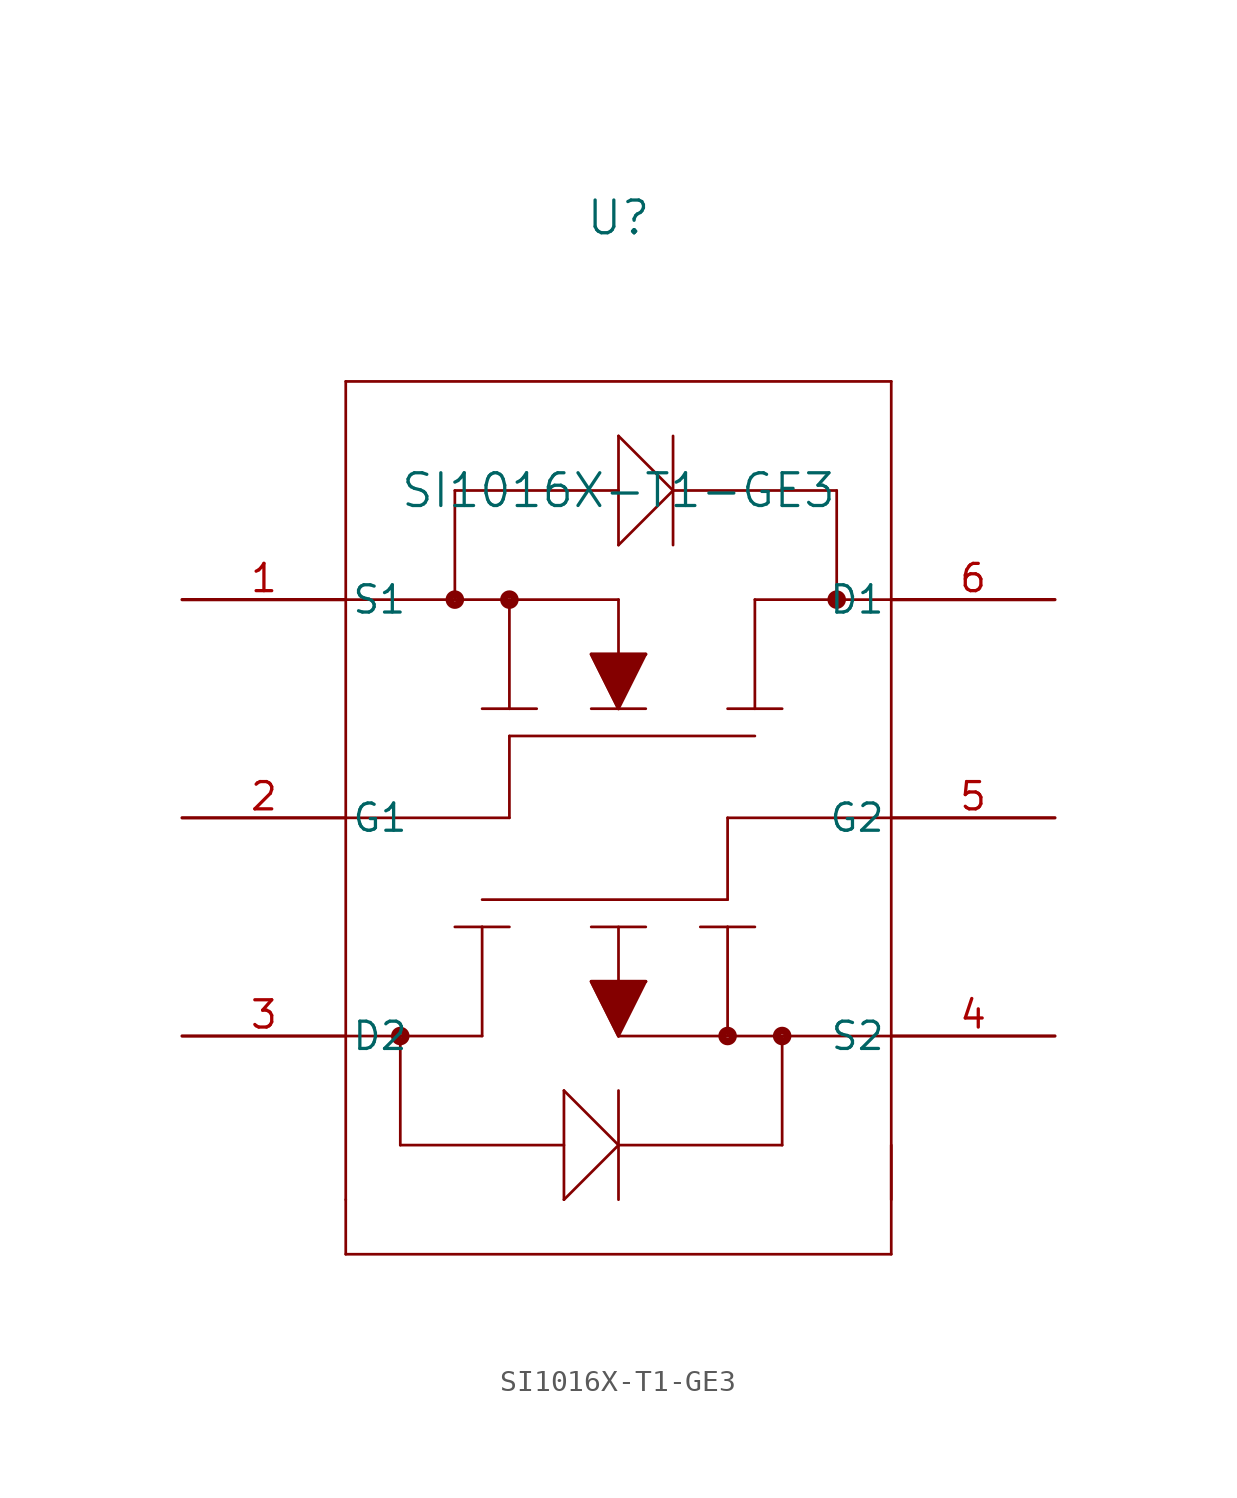
<source format=kicad_sym>
(kicad_symbol_lib
  (version 20231120)
  (generator "kicad_symbol_editor")
  (generator_version "8.0")
  (symbol "SI1016X-T1-GE3"
    (pin_names
      (offset 0.254))
    (property "Reference" "U"
      (at 20.32 17.78 0)
      (effects (font (size 1.524 1.524))))
    (property "Value" "SI1016X-T1-GE3"
      (at 20.32 5.08 0)
      (effects (font (size 1.524 1.524))))
    (property "ki_locked" ""
      (at 0 0 0)
      (effects (font (size 1.27 1.27))))
    (symbol "SI1016X-T1-GE3_0_1"
      (polyline (pts (xy 7.62 -30.48) (xy 7.62 -27.94)) (stroke (width 0.127) (type default)) (fill (type none)))
      (polyline (pts (xy 7.62 -20.32) (xy 10.16 -20.32)) (stroke (width 0.127) (type default)) (fill (type none)))
      (polyline (pts (xy 7.62 -10.16) (xy 15.24 -10.16)) (stroke (width 0.127) (type default)) (fill (type none)))
      (polyline (pts (xy 7.62 0) (xy 20.32 0)) (stroke (width 0.127) (type default)) (fill (type none)))
      (polyline (pts (xy 7.62 10.16) (xy 7.62 -27.94)) (stroke (width 0.127) (type default)) (fill (type none)))
      (polyline (pts (xy 7.62 10.16) (xy 33.02 10.16)) (stroke (width 0.127) (type default)) (fill (type none)))
      (polyline (pts (xy 10.16 -25.4) (xy 10.16 -20.32)) (stroke (width 0.127) (type default)) (fill (type none)))
      (polyline (pts (xy 10.16 -20.32) (xy 13.97 -20.32)) (stroke (width 0.127) (type default)) (fill (type none)))
      (polyline (pts (xy 12.7 0) (xy 12.7 5.08)) (stroke (width 0.127) (type default)) (fill (type none)))
      (polyline (pts (xy 12.7 5.08) (xy 20.32 5.08)) (stroke (width 0.127) (type default)) (fill (type none)))
      (polyline (pts (xy 13.97 -20.32) (xy 13.97 -15.24)) (stroke (width 0.127) (type default)) (fill (type none)))
      (polyline (pts (xy 13.97 -15.24) (xy 12.7 -15.24)) (stroke (width 0.127) (type default)) (fill (type none)))
      (polyline (pts (xy 13.97 -15.24) (xy 15.24 -15.24)) (stroke (width 0.127) (type default)) (fill (type none)))
      (polyline (pts (xy 15.24 -10.16) (xy 15.24 -6.35)) (stroke (width 0.127) (type default)) (fill (type none)))
      (polyline (pts (xy 15.24 -6.35) (xy 26.67 -6.35)) (stroke (width 0.127) (type default)) (fill (type none)))
      (polyline (pts (xy 15.24 -5.08) (xy 13.97 -5.08)) (stroke (width 0.127) (type default)) (fill (type none)))
      (polyline (pts (xy 15.24 -5.08) (xy 16.51 -5.08)) (stroke (width 0.127) (type default)) (fill (type none)))
      (polyline (pts (xy 15.24 0) (xy 15.24 -5.08)) (stroke (width 0.127) (type default)) (fill (type none)))
      (polyline (pts (xy 17.78 -27.94) (xy 20.32 -25.4)) (stroke (width 0.127) (type default)) (fill (type none)))
      (polyline (pts (xy 17.78 -25.4) (xy 10.16 -25.4)) (stroke (width 0.127) (type default)) (fill (type none)))
      (polyline (pts (xy 17.78 -22.86) (xy 17.78 -27.94)) (stroke (width 0.127) (type default)) (fill (type none)))
      (polyline (pts (xy 17.78 -22.86) (xy 20.32 -25.4)) (stroke (width 0.127) (type default)) (fill (type none)))
      (polyline (pts (xy 19.05 -17.78) (xy 21.59 -17.78)) (stroke (width 0.127) (type default)) (fill (type none)))
      (polyline (pts (xy 19.05 -5.08) (xy 21.59 -5.08)) (stroke (width 0.127) (type default)) (fill (type none)))
      (polyline (pts (xy 19.05 -2.54) (xy 21.59 -2.54)) (stroke (width 0.127) (type default)) (fill (type none)))
      (polyline (pts (xy 20.32 -22.86) (xy 20.32 -27.94)) (stroke (width 0.127) (type default)) (fill (type none)))
      (polyline (pts (xy 20.32 -20.32) (xy 19.05 -17.78)) (stroke (width 0.127) (type default)) (fill (type none)))
      (polyline (pts (xy 20.32 -20.32) (xy 21.59 -17.78)) (stroke (width 0.127) (type default)) (fill (type none)))
      (polyline (pts (xy 20.32 -15.24) (xy 20.32 -20.32)) (stroke (width 0.127) (type default)) (fill (type none)))
      (polyline (pts (xy 20.32 -5.08) (xy 19.05 -2.54)) (stroke (width 0.127) (type default)) (fill (type none)))
      (polyline (pts (xy 20.32 -5.08) (xy 21.59 -2.54)) (stroke (width 0.127) (type default)) (fill (type none)))
      (polyline (pts (xy 20.32 0) (xy 20.32 -5.08)) (stroke (width 0.127) (type default)) (fill (type none)))
      (polyline (pts (xy 20.32 2.54) (xy 20.32 7.62)) (stroke (width 0.127) (type default)) (fill (type none)))
      (polyline (pts (xy 20.32 2.54) (xy 22.86 5.08)) (stroke (width 0.127) (type default)) (fill (type none)))
      (polyline (pts (xy 20.32 7.62) (xy 22.86 5.08)) (stroke (width 0.127) (type default)) (fill (type none)))
      (polyline (pts (xy 21.59 -15.24) (xy 19.05 -15.24)) (stroke (width 0.127) (type default)) (fill (type none)))
      (polyline (pts (xy 22.86 2.54) (xy 22.86 7.62)) (stroke (width 0.127) (type default)) (fill (type none)))
      (polyline (pts (xy 22.86 5.08) (xy 30.48 5.08)) (stroke (width 0.127) (type default)) (fill (type none)))
      (polyline (pts (xy 25.4 -20.32) (xy 25.4 -15.24)) (stroke (width 0.127) (type default)) (fill (type none)))
      (polyline (pts (xy 25.4 -15.24) (xy 24.13 -15.24)) (stroke (width 0.127) (type default)) (fill (type none)))
      (polyline (pts (xy 25.4 -15.24) (xy 26.67 -15.24)) (stroke (width 0.127) (type default)) (fill (type none)))
      (polyline (pts (xy 25.4 -13.97) (xy 13.97 -13.97)) (stroke (width 0.127) (type default)) (fill (type none)))
      (polyline (pts (xy 25.4 -10.16) (xy 25.4 -13.97)) (stroke (width 0.127) (type default)) (fill (type none)))
      (polyline (pts (xy 26.67 -5.08) (xy 25.4 -5.08)) (stroke (width 0.127) (type default)) (fill (type none)))
      (polyline (pts (xy 26.67 -5.08) (xy 27.94 -5.08)) (stroke (width 0.127) (type default)) (fill (type none)))
      (polyline (pts (xy 26.67 0) (xy 26.67 -5.08)) (stroke (width 0.127) (type default)) (fill (type none)))
      (polyline (pts (xy 27.94 -25.4) (xy 20.32 -25.4)) (stroke (width 0.127) (type default)) (fill (type none)))
      (polyline (pts (xy 27.94 -20.32) (xy 27.94 -25.4)) (stroke (width 0.127) (type default)) (fill (type none)))
      (polyline (pts (xy 30.48 0) (xy 26.67 0)) (stroke (width 0.127) (type default)) (fill (type none)))
      (polyline (pts (xy 30.48 0) (xy 33.02 0)) (stroke (width 0.127) (type default)) (fill (type none)))
      (polyline (pts (xy 30.48 5.08) (xy 30.48 0)) (stroke (width 0.127) (type default)) (fill (type none)))
      (polyline (pts (xy 33.02 -30.48) (xy 7.62 -30.48)) (stroke (width 0.127) (type default)) (fill (type none)))
      (polyline (pts (xy 33.02 -30.48) (xy 33.02 -25.4)) (stroke (width 0.127) (type default)) (fill (type none)))
      (polyline (pts (xy 33.02 -20.32) (xy 20.32 -20.32)) (stroke (width 0.127) (type default)) (fill (type none)))
      (polyline (pts (xy 33.02 -10.16) (xy 25.4 -10.16)) (stroke (width 0.127) (type default)) (fill (type none)))
      (polyline (pts (xy 33.02 10.16) (xy 33.02 -27.94)) (stroke (width 0.127) (type default)) (fill (type none)))
      (polyline (pts (xy 20.32 -20.32) (xy 19.05 -17.78) (xy 21.59 -17.78)) (stroke (width 0) (type default)) (fill (type outline)))
      (polyline (pts (xy 20.32 -5.08) (xy 19.05 -2.54) (xy 21.59 -2.54)) (stroke (width 0) (type default)) (fill (type outline)))
      (circle (center 10.16 -20.32) (radius 0.254) (stroke (width 0.356) (type default)) (fill (type none)))
      (circle (center 12.7 0) (radius 0.254) (stroke (width 0.356) (type default)) (fill (type none)))
      (circle (center 15.24 0) (radius 0.254) (stroke (width 0.356) (type default)) (fill (type none)))
      (circle (center 25.4 -20.32) (radius 0.254) (stroke (width 0.356) (type default)) (fill (type none)))
      (circle (center 27.94 -20.32) (radius 0.254) (stroke (width 0.356) (type default)) (fill (type none)))
      (circle (center 30.48 0) (radius 0.254) (stroke (width 0.356) (type default)) (fill (type none))))
    (symbol "SI1016X-T1-GE3_1_1"
      (pin passive line (at 0 0 0) (length 7.62) (name "S1" (effects (font (size 1.27 1.27)))) (number "1" (effects (font (size 1.27 1.27)))))
      (pin passive line (at 0 -10.16 0) (length 7.62) (name "G1" (effects (font (size 1.27 1.27)))) (number "2" (effects (font (size 1.27 1.27)))))
      (pin passive line (at 0 -20.32 0) (length 7.62) (name "D2" (effects (font (size 1.27 1.27)))) (number "3" (effects (font (size 1.27 1.27)))))
      (pin passive line (at 40.64 -20.32 180) (length 7.62) (name "S2" (effects (font (size 1.27 1.27)))) (number "4" (effects (font (size 1.27 1.27)))))
      (pin passive line (at 40.64 -10.16 180) (length 7.62) (name "G2" (effects (font (size 1.27 1.27)))) (number "5" (effects (font (size 1.27 1.27)))))
      (pin passive line (at 40.64 0 180) (length 7.62) (name "D1" (effects (font (size 1.27 1.27)))) (number "6" (effects (font (size 1.27 1.27))))))))
</source>
